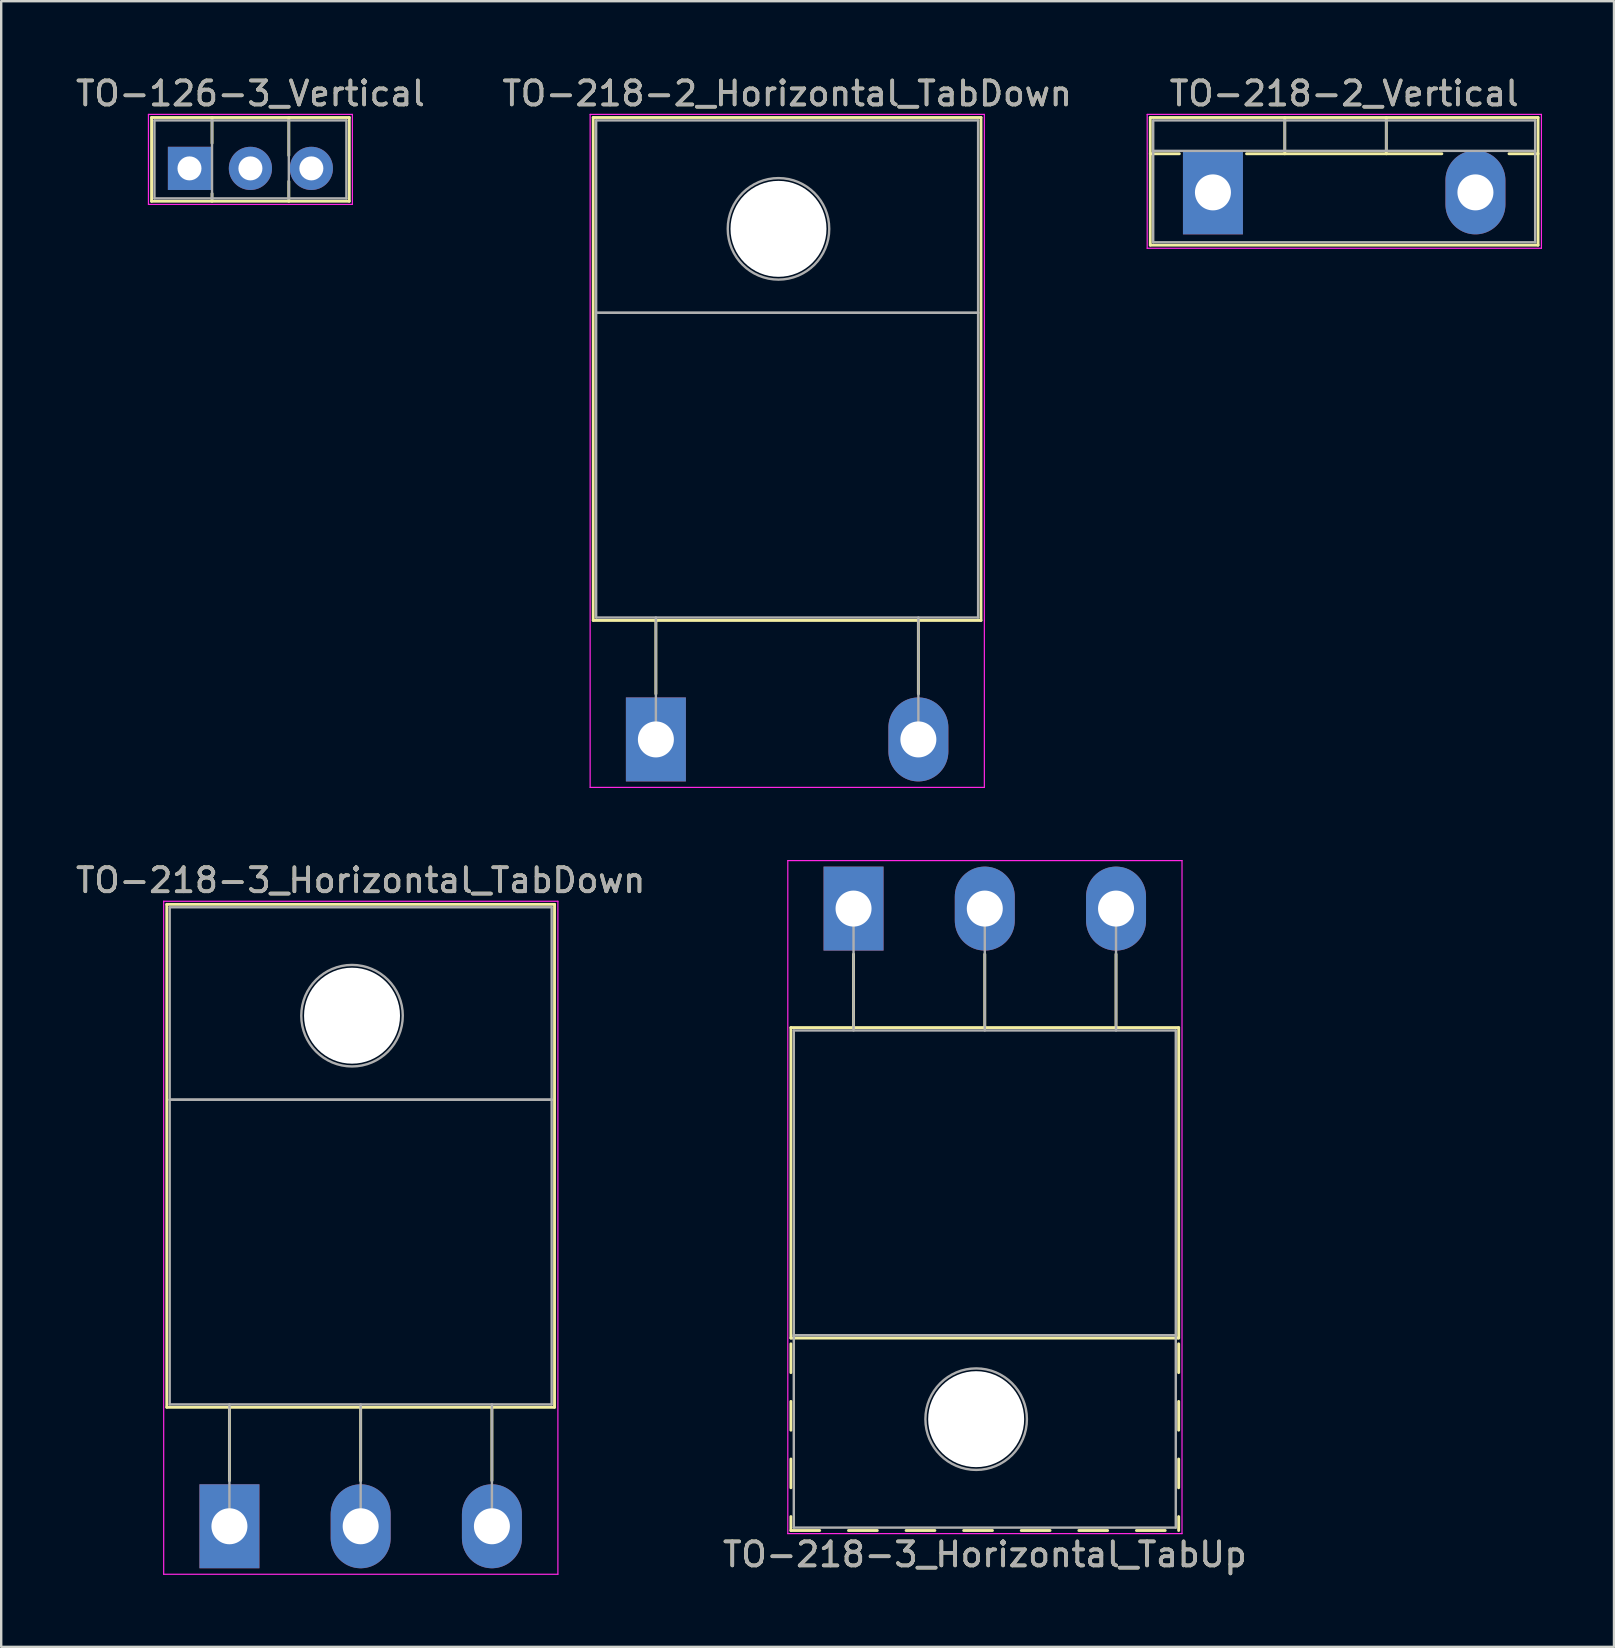
<source format=kicad_pcb>
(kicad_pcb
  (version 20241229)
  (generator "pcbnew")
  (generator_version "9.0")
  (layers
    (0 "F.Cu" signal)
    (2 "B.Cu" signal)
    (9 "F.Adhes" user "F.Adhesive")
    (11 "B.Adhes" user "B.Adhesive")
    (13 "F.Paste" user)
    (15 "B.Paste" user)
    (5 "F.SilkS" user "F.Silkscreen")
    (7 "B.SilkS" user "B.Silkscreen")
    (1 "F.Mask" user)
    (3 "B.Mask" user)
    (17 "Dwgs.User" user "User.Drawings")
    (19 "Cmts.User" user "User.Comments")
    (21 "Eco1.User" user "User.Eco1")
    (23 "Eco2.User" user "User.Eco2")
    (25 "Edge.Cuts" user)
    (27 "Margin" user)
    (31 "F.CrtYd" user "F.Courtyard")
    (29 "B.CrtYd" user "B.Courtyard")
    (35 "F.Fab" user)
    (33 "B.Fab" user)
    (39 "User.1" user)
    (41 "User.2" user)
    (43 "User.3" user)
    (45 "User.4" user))
  (footprint "TO-218-3_Horizontal_TabUp"
    (layer "F.Cu")
    (at 32.524 34.818)
    (property "Reference" "TO-218-3_Horizontal_TabUp" (at 5.47 26.92 0) (layer "F.SilkS") (effects (font (size 1 1) (thickness 0.15))))
    (attr through_hole)
    (fp_line (start -2.611 4.96) (end -2.611 17.9) (stroke (width 0.12) (type solid)) (layer "F.SilkS"))
    (fp_line (start -2.611 4.96) (end 13.55 4.96) (stroke (width 0.12) (type solid)) (layer "F.SilkS"))
    (fp_line (start -2.611 17.9) (end 13.55 17.9) (stroke (width 0.12) (type solid)) (layer "F.SilkS"))
    (fp_line (start -2.611 18.14) (end -2.611 19.34) (stroke (width 0.12) (type solid)) (layer "F.SilkS"))
    (fp_line (start -2.611 20.54) (end -2.611 21.74) (stroke (width 0.12) (type solid)) (layer "F.SilkS"))
    (fp_line (start -2.611 22.94) (end -2.611 24.14) (stroke (width 0.12) (type solid)) (layer "F.SilkS"))
    (fp_line (start -2.611 25.34) (end -2.611 25.92) (stroke (width 0.12) (type solid)) (layer "F.SilkS"))
    (fp_line (start -2.611 25.92) (end -1.411 25.92) (stroke (width 0.12) (type solid)) (layer "F.SilkS"))
    (fp_line (start -0.211 25.92) (end 0.99 25.92) (stroke (width 0.12) (type solid)) (layer "F.SilkS"))
    (fp_line (start 0 1.9) (end 0 4.96) (stroke (width 0.12) (type solid)) (layer "F.SilkS"))
    (fp_line (start 2.19 25.92) (end 3.39 25.92) (stroke (width 0.12) (type solid)) (layer "F.SilkS"))
    (fp_line (start 4.59 25.92) (end 5.79 25.92) (stroke (width 0.12) (type solid)) (layer "F.SilkS"))
    (fp_line (start 5.47 1.9) (end 5.47 4.96) (stroke (width 0.12) (type solid)) (layer "F.SilkS"))
    (fp_line (start 6.99 25.92) (end 8.19 25.92) (stroke (width 0.12) (type solid)) (layer "F.SilkS"))
    (fp_line (start 9.39 25.92) (end 10.59 25.92) (stroke (width 0.12) (type solid)) (layer "F.SilkS"))
    (fp_line (start 10.94 1.9) (end 10.94 4.96) (stroke (width 0.12) (type solid)) (layer "F.SilkS"))
    (fp_line (start 11.79 25.92) (end 12.99 25.92) (stroke (width 0.12) (type solid)) (layer "F.SilkS"))
    (fp_line (start 13.55 4.96) (end 13.55 17.9) (stroke (width 0.12) (type solid)) (layer "F.SilkS"))
    (fp_line (start 13.55 18.14) (end 13.55 19.34) (stroke (width 0.12) (type solid)) (layer "F.SilkS"))
    (fp_line (start 13.55 20.54) (end 13.55 21.74) (stroke (width 0.12) (type solid)) (layer "F.SilkS"))
    (fp_line (start 13.55 22.94) (end 13.55 24.14) (stroke (width 0.12) (type solid)) (layer "F.SilkS"))
    (fp_line (start 13.55 25.34) (end 13.55 25.92) (stroke (width 0.12) (type solid)) (layer "F.SilkS"))
    (fp_line (start -2.74 -2) (end -2.74 26.05) (stroke (width 0.05) (type solid)) (layer "F.CrtYd"))
    (fp_line (start -2.74 26.05) (end 13.69 26.05) (stroke (width 0.05) (type solid)) (layer "F.CrtYd"))
    (fp_line (start 13.69 -2) (end -2.74 -2) (stroke (width 0.05) (type solid)) (layer "F.CrtYd"))
    (fp_line (start 13.69 26.05) (end 13.69 -2) (stroke (width 0.05) (type solid)) (layer "F.CrtYd"))
    (fp_line (start -2.49 5.08) (end -2.49 17.78) (stroke (width 0.1) (type solid)) (layer "F.Fab"))
    (fp_line (start -2.49 17.78) (end -2.49 25.8) (stroke (width 0.1) (type solid)) (layer "F.Fab"))
    (fp_line (start -2.49 17.78) (end 13.43 17.78) (stroke (width 0.1) (type solid)) (layer "F.Fab"))
    (fp_line (start -2.49 25.8) (end 13.43 25.8) (stroke (width 0.1) (type solid)) (layer "F.Fab"))
    (fp_line (start 0 5.08) (end 0 0) (stroke (width 0.1) (type solid)) (layer "F.Fab"))
    (fp_line (start 5.47 5.08) (end 5.47 0) (stroke (width 0.1) (type solid)) (layer "F.Fab"))
    (fp_line (start 10.94 5.08) (end 10.94 0) (stroke (width 0.1) (type solid)) (layer "F.Fab"))
    (fp_line (start 13.43 5.08) (end -2.49 5.08) (stroke (width 0.1) (type solid)) (layer "F.Fab"))
    (fp_line (start 13.43 17.78) (end -2.49 17.78) (stroke (width 0.1) (type solid)) (layer "F.Fab"))
    (fp_line (start 13.43 17.78) (end 13.43 5.08) (stroke (width 0.1) (type solid)) (layer "F.Fab"))
    (fp_line (start 13.43 25.8) (end 13.43 17.78) (stroke (width 0.1) (type solid)) (layer "F.Fab"))
    (fp_circle (center 5.11 21.28) (end 7.225 21.28) (stroke (width 0.1) (type solid)) (fill no) (layer "F.Fab"))
    (fp_text user "${REFERENCE}" (at 5.47 26.92 0) (layer "F.Fab") (effects (font (size 1 1) (thickness 0.15))))
    (pad "" np_thru_hole oval (at 5.11 21.28) (size 4 4) (drill 4) (layers "*.Cu" "*.Mask"))
    (pad "1" thru_hole rect (at 0 0) (size 2.5 3.5) (drill 1.5) (layers "*.Cu" "*.Mask"))
    (pad "2" thru_hole oval (at 5.47 0) (size 2.5 3.5) (drill 1.5) (layers "*.Cu" "*.Mask"))
    (pad "3" thru_hole oval (at 10.94 0) (size 2.5 3.5) (drill 1.5) (layers "*.Cu" "*.Mask")))
  (footprint "TO-218-2_Horizontal_TabDown"
    (layer "F.Cu")
    (at 24.286 27.768)
    (property "Reference" "TO-218-2_Horizontal_TabDown" (at 5.47 -26.92 0) (layer "F.SilkS") (effects (font (size 1 1) (thickness 0.15))))
    (attr through_hole)
    (fp_line (start -2.611 -25.92) (end -2.611 -4.96) (stroke (width 0.12) (type solid)) (layer "F.SilkS"))
    (fp_line (start -2.611 -25.92) (end 13.55 -25.92) (stroke (width 0.12) (type solid)) (layer "F.SilkS"))
    (fp_line (start -2.611 -4.96) (end 13.55 -4.96) (stroke (width 0.12) (type solid)) (layer "F.SilkS"))
    (fp_line (start 0 -4.96) (end 0 -1.9) (stroke (width 0.12) (type solid)) (layer "F.SilkS"))
    (fp_line (start 10.94 -4.96) (end 10.94 -1.9) (stroke (width 0.12) (type solid)) (layer "F.SilkS"))
    (fp_line (start 13.55 -25.92) (end 13.55 -4.96) (stroke (width 0.12) (type solid)) (layer "F.SilkS"))
    (fp_line (start -2.74 -26.05) (end -2.74 2) (stroke (width 0.05) (type solid)) (layer "F.CrtYd"))
    (fp_line (start -2.74 2) (end 13.69 2) (stroke (width 0.05) (type solid)) (layer "F.CrtYd"))
    (fp_line (start 13.69 -26.05) (end -2.74 -26.05) (stroke (width 0.05) (type solid)) (layer "F.CrtYd"))
    (fp_line (start 13.69 2) (end 13.69 -26.05) (stroke (width 0.05) (type solid)) (layer "F.CrtYd"))
    (fp_line (start -2.49 -25.8) (end 13.43 -25.8) (stroke (width 0.1) (type solid)) (layer "F.Fab"))
    (fp_line (start -2.49 -17.78) (end -2.49 -25.8) (stroke (width 0.1) (type solid)) (layer "F.Fab"))
    (fp_line (start -2.49 -17.78) (end 13.43 -17.78) (stroke (width 0.1) (type solid)) (layer "F.Fab"))
    (fp_line (start -2.49 -5.08) (end -2.49 -17.78) (stroke (width 0.1) (type solid)) (layer "F.Fab"))
    (fp_line (start 0 -5.08) (end 0 0) (stroke (width 0.1) (type solid)) (layer "F.Fab"))
    (fp_line (start 10.94 -5.08) (end 10.94 0) (stroke (width 0.1) (type solid)) (layer "F.Fab"))
    (fp_line (start 13.43 -25.8) (end 13.43 -17.78) (stroke (width 0.1) (type solid)) (layer "F.Fab"))
    (fp_line (start 13.43 -17.78) (end -2.49 -17.78) (stroke (width 0.1) (type solid)) (layer "F.Fab"))
    (fp_line (start 13.43 -17.78) (end 13.43 -5.08) (stroke (width 0.1) (type solid)) (layer "F.Fab"))
    (fp_line (start 13.43 -5.08) (end -2.49 -5.08) (stroke (width 0.1) (type solid)) (layer "F.Fab"))
    (fp_circle (center 5.11 -21.28) (end 7.225 -21.28) (stroke (width 0.1) (type solid)) (fill no) (layer "F.Fab"))
    (fp_text user "${REFERENCE}" (at 5.47 -26.92 0) (layer "F.Fab") (effects (font (size 1 1) (thickness 0.15))))
    (pad "" np_thru_hole oval (at 5.11 -21.28) (size 4 4) (drill 4) (layers "*.Cu" "*.Mask"))
    (pad "1" thru_hole rect (at 0 0) (size 2.5 3.5) (drill 1.5) (layers "*.Cu" "*.Mask"))
    (pad "2" thru_hole oval (at 10.94 0) (size 2.5 3.5) (drill 1.5) (layers "*.Cu" "*.Mask")))
  (footprint "TO-126-3_Vertical"
    (layer "F.Cu")
    (at 4.847 3.968)
    (property "Reference" "TO-126-3_Vertical" (at 2.54 -3.12 0) (layer "F.SilkS") (effects (font (size 1 1) (thickness 0.15))))
    (attr through_hole)
    (fp_line (start -1.58 -2.12) (end -1.58 1.37) (stroke (width 0.12) (type solid)) (layer "F.SilkS"))
    (fp_line (start -1.58 -2.12) (end 6.66 -2.12) (stroke (width 0.12) (type solid)) (layer "F.SilkS"))
    (fp_line (start -1.58 1.37) (end 6.66 1.37) (stroke (width 0.12) (type solid)) (layer "F.SilkS"))
    (fp_line (start 0.94 -2.12) (end 0.94 -1.05) (stroke (width 0.12) (type solid)) (layer "F.SilkS"))
    (fp_line (start 0.94 1.05) (end 0.94 1.37) (stroke (width 0.12) (type solid)) (layer "F.SilkS"))
    (fp_line (start 4.141 -2.12) (end 4.141 -0.54) (stroke (width 0.12) (type solid)) (layer "F.SilkS"))
    (fp_line (start 4.141 0.54) (end 4.141 1.37) (stroke (width 0.12) (type solid)) (layer "F.SilkS"))
    (fp_line (start 6.66 -2.12) (end 6.66 1.37) (stroke (width 0.12) (type solid)) (layer "F.SilkS"))
    (fp_line (start -1.71 -2.25) (end -1.71 1.5) (stroke (width 0.05) (type solid)) (layer "F.CrtYd"))
    (fp_line (start -1.71 1.5) (end 6.79 1.5) (stroke (width 0.05) (type solid)) (layer "F.CrtYd"))
    (fp_line (start 6.79 -2.25) (end -1.71 -2.25) (stroke (width 0.05) (type solid)) (layer "F.CrtYd"))
    (fp_line (start 6.79 1.5) (end 6.79 -2.25) (stroke (width 0.05) (type solid)) (layer "F.CrtYd"))
    (fp_line (start -1.46 -2) (end -1.46 1.25) (stroke (width 0.1) (type solid)) (layer "F.Fab"))
    (fp_line (start -1.46 1.25) (end 6.54 1.25) (stroke (width 0.1) (type solid)) (layer "F.Fab"))
    (fp_line (start 0.94 -2) (end 0.94 1.25) (stroke (width 0.1) (type solid)) (layer "F.Fab"))
    (fp_line (start 4.14 -2) (end 4.14 1.25) (stroke (width 0.1) (type solid)) (layer "F.Fab"))
    (fp_line (start 6.54 -2) (end -1.46 -2) (stroke (width 0.1) (type solid)) (layer "F.Fab"))
    (fp_line (start 6.54 1.25) (end 6.54 -2) (stroke (width 0.1) (type solid)) (layer "F.Fab"))
    (fp_text user "${REFERENCE}" (at 2.54 -3.12 0) (layer "F.Fab") (effects (font (size 1 1) (thickness 0.15))))
    (pad "1" thru_hole rect (at 0 0) (size 1.8 1.8) (drill 1) (layers "*.Cu" "*.Mask"))
    (pad "2" thru_hole oval (at 2.54 0) (size 1.8 1.8) (drill 1) (layers "*.Cu" "*.Mask"))
    (pad "3" thru_hole oval (at 5.08 0) (size 1.8 1.8) (drill 1) (layers "*.Cu" "*.Mask")))
  (footprint "TO-218-3_Horizontal_TabDown"
    (layer "F.Cu")
    (at 6.512 60.562)
    (property "Reference" "TO-218-3_Horizontal_TabDown" (at 5.47 -26.92 0) (layer "F.SilkS") (effects (font (size 1 1) (thickness 0.15))))
    (attr through_hole)
    (fp_line (start -2.611 -25.92) (end -2.611 -4.96) (stroke (width 0.12) (type solid)) (layer "F.SilkS"))
    (fp_line (start -2.611 -25.92) (end 13.55 -25.92) (stroke (width 0.12) (type solid)) (layer "F.SilkS"))
    (fp_line (start -2.611 -4.96) (end 13.55 -4.96) (stroke (width 0.12) (type solid)) (layer "F.SilkS"))
    (fp_line (start 0 -4.96) (end 0 -1.9) (stroke (width 0.12) (type solid)) (layer "F.SilkS"))
    (fp_line (start 5.47 -4.96) (end 5.47 -1.9) (stroke (width 0.12) (type solid)) (layer "F.SilkS"))
    (fp_line (start 10.94 -4.96) (end 10.94 -1.9) (stroke (width 0.12) (type solid)) (layer "F.SilkS"))
    (fp_line (start 13.55 -25.92) (end 13.55 -4.96) (stroke (width 0.12) (type solid)) (layer "F.SilkS"))
    (fp_line (start -2.74 -26.05) (end -2.74 2) (stroke (width 0.05) (type solid)) (layer "F.CrtYd"))
    (fp_line (start -2.74 2) (end 13.69 2) (stroke (width 0.05) (type solid)) (layer "F.CrtYd"))
    (fp_line (start 13.69 -26.05) (end -2.74 -26.05) (stroke (width 0.05) (type solid)) (layer "F.CrtYd"))
    (fp_line (start 13.69 2) (end 13.69 -26.05) (stroke (width 0.05) (type solid)) (layer "F.CrtYd"))
    (fp_line (start -2.49 -25.8) (end 13.43 -25.8) (stroke (width 0.1) (type solid)) (layer "F.Fab"))
    (fp_line (start -2.49 -17.78) (end -2.49 -25.8) (stroke (width 0.1) (type solid)) (layer "F.Fab"))
    (fp_line (start -2.49 -17.78) (end 13.43 -17.78) (stroke (width 0.1) (type solid)) (layer "F.Fab"))
    (fp_line (start -2.49 -5.08) (end -2.49 -17.78) (stroke (width 0.1) (type solid)) (layer "F.Fab"))
    (fp_line (start 0 -5.08) (end 0 0) (stroke (width 0.1) (type solid)) (layer "F.Fab"))
    (fp_line (start 5.47 -5.08) (end 5.47 0) (stroke (width 0.1) (type solid)) (layer "F.Fab"))
    (fp_line (start 10.94 -5.08) (end 10.94 0) (stroke (width 0.1) (type solid)) (layer "F.Fab"))
    (fp_line (start 13.43 -25.8) (end 13.43 -17.78) (stroke (width 0.1) (type solid)) (layer "F.Fab"))
    (fp_line (start 13.43 -17.78) (end -2.49 -17.78) (stroke (width 0.1) (type solid)) (layer "F.Fab"))
    (fp_line (start 13.43 -17.78) (end 13.43 -5.08) (stroke (width 0.1) (type solid)) (layer "F.Fab"))
    (fp_line (start 13.43 -5.08) (end -2.49 -5.08) (stroke (width 0.1) (type solid)) (layer "F.Fab"))
    (fp_circle (center 5.11 -21.28) (end 7.225 -21.28) (stroke (width 0.1) (type solid)) (fill no) (layer "F.Fab"))
    (fp_text user "${REFERENCE}" (at 5.47 -26.92 0) (layer "F.Fab") (effects (font (size 1 1) (thickness 0.15))))
    (pad "" np_thru_hole oval (at 5.11 -21.28) (size 4 4) (drill 4) (layers "*.Cu" "*.Mask"))
    (pad "1" thru_hole rect (at 0 0) (size 2.5 3.5) (drill 1.5) (layers "*.Cu" "*.Mask"))
    (pad "2" thru_hole oval (at 5.47 0) (size 2.5 3.5) (drill 1.5) (layers "*.Cu" "*.Mask"))
    (pad "3" thru_hole oval (at 10.94 0) (size 2.5 3.5) (drill 1.5) (layers "*.Cu" "*.Mask")))
  (footprint "TO-218-2_Vertical"
    (layer "F.Cu")
    (at 47.503 4.968)
    (property "Reference" "TO-218-2_Vertical" (at 5.47 -4.12 0) (layer "F.SilkS") (effects (font (size 1 1) (thickness 0.15))))
    (attr through_hole)
    (fp_line (start -2.611 -3.12) (end -2.611 2.2) (stroke (width 0.12) (type solid)) (layer "F.SilkS"))
    (fp_line (start -2.611 -3.12) (end 13.55 -3.12) (stroke (width 0.12) (type solid)) (layer "F.SilkS"))
    (fp_line (start -2.611 -1.61) (end -1.4 -1.61) (stroke (width 0.12) (type solid)) (layer "F.SilkS"))
    (fp_line (start -2.611 2.2) (end 13.55 2.2) (stroke (width 0.12) (type solid)) (layer "F.SilkS"))
    (fp_line (start 1.4 -1.61) (end 9.54 -1.61) (stroke (width 0.12) (type solid)) (layer "F.SilkS"))
    (fp_line (start 2.995 -3.12) (end 2.995 -1.61) (stroke (width 0.12) (type solid)) (layer "F.SilkS"))
    (fp_line (start 7.225 -3.12) (end 7.225 -1.61) (stroke (width 0.12) (type solid)) (layer "F.SilkS"))
    (fp_line (start 12.34 -1.61) (end 13.55 -1.61) (stroke (width 0.12) (type solid)) (layer "F.SilkS"))
    (fp_line (start 13.55 -3.12) (end 13.55 2.2) (stroke (width 0.12) (type solid)) (layer "F.SilkS"))
    (fp_line (start -2.74 -3.25) (end -2.74 2.33) (stroke (width 0.05) (type solid)) (layer "F.CrtYd"))
    (fp_line (start -2.74 2.33) (end 13.69 2.33) (stroke (width 0.05) (type solid)) (layer "F.CrtYd"))
    (fp_line (start 13.69 -3.25) (end -2.74 -3.25) (stroke (width 0.05) (type solid)) (layer "F.CrtYd"))
    (fp_line (start 13.69 2.33) (end 13.69 -3.25) (stroke (width 0.05) (type solid)) (layer "F.CrtYd"))
    (fp_line (start -2.49 -3) (end -2.49 2.08) (stroke (width 0.1) (type solid)) (layer "F.Fab"))
    (fp_line (start -2.49 -1.73) (end 13.43 -1.73) (stroke (width 0.1) (type solid)) (layer "F.Fab"))
    (fp_line (start -2.49 2.08) (end 13.43 2.08) (stroke (width 0.1) (type solid)) (layer "F.Fab"))
    (fp_line (start 2.995 -3) (end 2.995 -1.73) (stroke (width 0.1) (type solid)) (layer "F.Fab"))
    (fp_line (start 7.225 -3) (end 7.225 -1.73) (stroke (width 0.1) (type solid)) (layer "F.Fab"))
    (fp_line (start 13.43 -3) (end -2.49 -3) (stroke (width 0.1) (type solid)) (layer "F.Fab"))
    (fp_line (start 13.43 2.08) (end 13.43 -3) (stroke (width 0.1) (type solid)) (layer "F.Fab"))
    (fp_text user "${REFERENCE}" (at 5.47 -4.12 0) (layer "F.Fab") (effects (font (size 1 1) (thickness 0.15))))
    (pad "1" thru_hole rect (at 0 0) (size 2.5 3.5) (drill 1.5) (layers "*.Cu" "*.Mask"))
    (pad "2" thru_hole oval (at 10.94 0) (size 2.5 3.5) (drill 1.5) (layers "*.Cu" "*.Mask")))
  (gr_rect
    (start -3 -3)
    (end 64.218 65.587)
    (stroke (width 0.1) (type default))
    (fill no)
    (layer "Edge.Cuts")))
</source>
